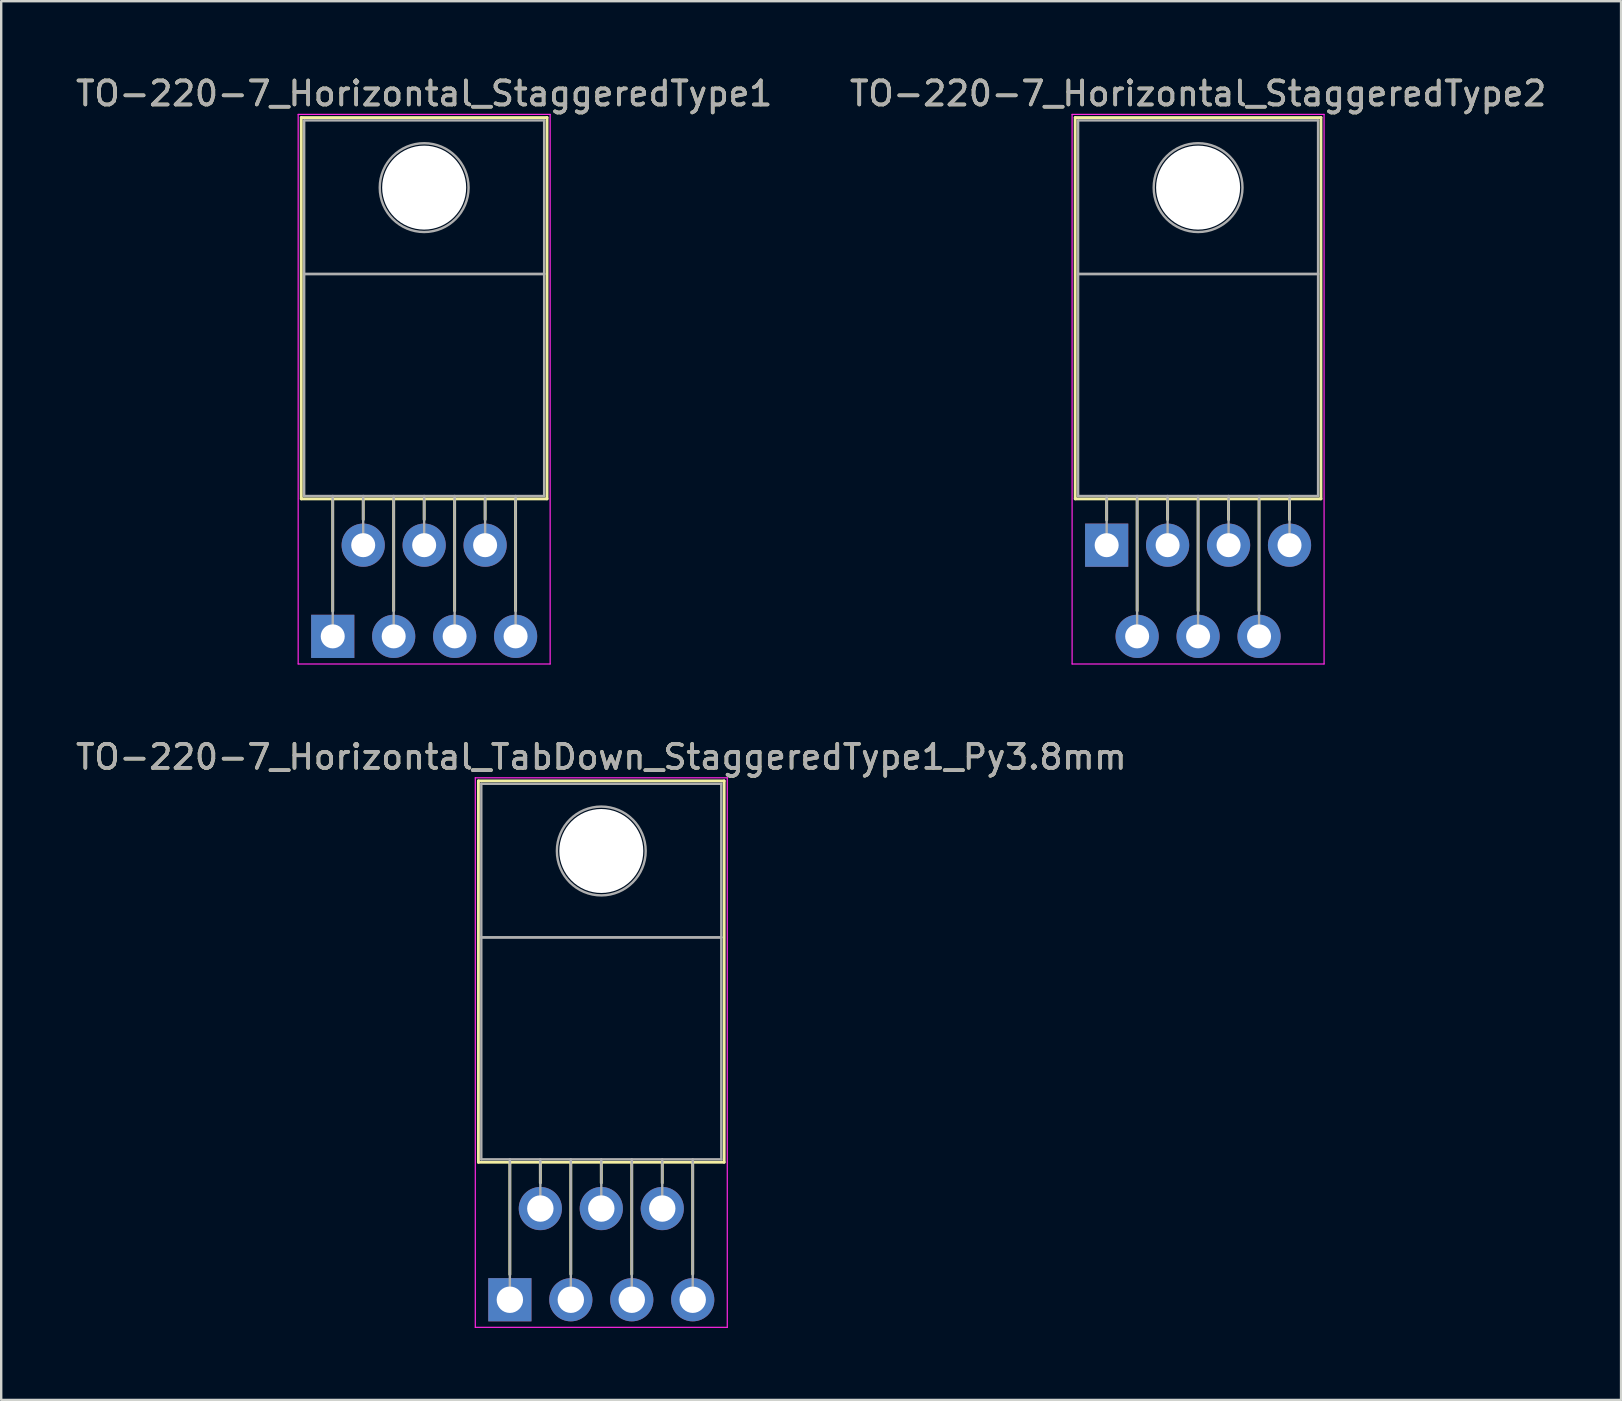
<source format=kicad_pcb>
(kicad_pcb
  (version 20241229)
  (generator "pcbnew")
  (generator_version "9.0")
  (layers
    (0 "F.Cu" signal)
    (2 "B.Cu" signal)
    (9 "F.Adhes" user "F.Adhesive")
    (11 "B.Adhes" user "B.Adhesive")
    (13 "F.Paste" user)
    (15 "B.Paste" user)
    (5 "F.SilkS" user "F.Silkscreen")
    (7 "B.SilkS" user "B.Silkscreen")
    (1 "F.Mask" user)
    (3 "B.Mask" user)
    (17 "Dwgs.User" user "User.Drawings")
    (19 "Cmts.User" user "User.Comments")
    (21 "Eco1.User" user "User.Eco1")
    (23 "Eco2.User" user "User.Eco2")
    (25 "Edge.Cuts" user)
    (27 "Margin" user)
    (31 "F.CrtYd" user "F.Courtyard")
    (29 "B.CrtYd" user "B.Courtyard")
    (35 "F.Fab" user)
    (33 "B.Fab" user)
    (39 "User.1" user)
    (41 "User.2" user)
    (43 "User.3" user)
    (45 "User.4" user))
  (footprint "TO-220-7_Horizontal_StaggeredType1"
    (layer "F.Cu")
    (at 10.815 23.468)
    (property "Reference" "TO-220-7_Horizontal_StaggeredType1" (at 3.81 -22.62 0) (layer "F.SilkS") (effects (font (size 1 1) (thickness 0.15))))
    (attr through_hole)
    (fp_line (start -1.31 -21.62) (end -1.31 -5.73) (stroke (width 0.12) (type solid)) (layer "F.SilkS"))
    (fp_line (start -1.31 -21.62) (end 8.93 -21.62) (stroke (width 0.12) (type solid)) (layer "F.SilkS"))
    (fp_line (start -1.31 -5.73) (end 8.93 -5.73) (stroke (width 0.12) (type solid)) (layer "F.SilkS"))
    (fp_line (start 0 -5.73) (end 0 -1.05) (stroke (width 0.12) (type solid)) (layer "F.SilkS"))
    (fp_line (start 1.27 -5.73) (end 1.27 -4.866) (stroke (width 0.12) (type solid)) (layer "F.SilkS"))
    (fp_line (start 2.54 -5.73) (end 2.54 -1.065) (stroke (width 0.12) (type solid)) (layer "F.SilkS"))
    (fp_line (start 3.81 -5.73) (end 3.81 -4.866) (stroke (width 0.12) (type solid)) (layer "F.SilkS"))
    (fp_line (start 5.08 -5.73) (end 5.08 -1.065) (stroke (width 0.12) (type solid)) (layer "F.SilkS"))
    (fp_line (start 6.35 -5.73) (end 6.35 -4.866) (stroke (width 0.12) (type solid)) (layer "F.SilkS"))
    (fp_line (start 7.62 -5.73) (end 7.62 -1.065) (stroke (width 0.12) (type solid)) (layer "F.SilkS"))
    (fp_line (start 8.93 -21.62) (end 8.93 -5.73) (stroke (width 0.12) (type solid)) (layer "F.SilkS"))
    (fp_line (start -1.44 -21.75) (end -1.44 1.15) (stroke (width 0.05) (type solid)) (layer "F.CrtYd"))
    (fp_line (start -1.44 1.15) (end 9.06 1.15) (stroke (width 0.05) (type solid)) (layer "F.CrtYd"))
    (fp_line (start 9.06 -21.75) (end -1.44 -21.75) (stroke (width 0.05) (type solid)) (layer "F.CrtYd"))
    (fp_line (start 9.06 1.15) (end 9.06 -21.75) (stroke (width 0.05) (type solid)) (layer "F.CrtYd"))
    (fp_line (start -1.19 -21.5) (end 8.81 -21.5) (stroke (width 0.1) (type solid)) (layer "F.Fab"))
    (fp_line (start -1.19 -15.1) (end -1.19 -21.5) (stroke (width 0.1) (type solid)) (layer "F.Fab"))
    (fp_line (start -1.19 -15.1) (end 8.81 -15.1) (stroke (width 0.1) (type solid)) (layer "F.Fab"))
    (fp_line (start -1.19 -5.85) (end -1.19 -15.1) (stroke (width 0.1) (type solid)) (layer "F.Fab"))
    (fp_line (start 0 -5.85) (end 0 0) (stroke (width 0.1) (type solid)) (layer "F.Fab"))
    (fp_line (start 1.27 -5.85) (end 1.27 -3.8) (stroke (width 0.1) (type solid)) (layer "F.Fab"))
    (fp_line (start 2.54 -5.85) (end 2.54 0) (stroke (width 0.1) (type solid)) (layer "F.Fab"))
    (fp_line (start 3.81 -5.85) (end 3.81 -3.8) (stroke (width 0.1) (type solid)) (layer "F.Fab"))
    (fp_line (start 5.08 -5.85) (end 5.08 0) (stroke (width 0.1) (type solid)) (layer "F.Fab"))
    (fp_line (start 6.35 -5.85) (end 6.35 -3.8) (stroke (width 0.1) (type solid)) (layer "F.Fab"))
    (fp_line (start 7.62 -5.85) (end 7.62 0) (stroke (width 0.1) (type solid)) (layer "F.Fab"))
    (fp_line (start 8.81 -21.5) (end 8.81 -15.1) (stroke (width 0.1) (type solid)) (layer "F.Fab"))
    (fp_line (start 8.81 -15.1) (end -1.19 -15.1) (stroke (width 0.1) (type solid)) (layer "F.Fab"))
    (fp_line (start 8.81 -15.1) (end 8.81 -5.85) (stroke (width 0.1) (type solid)) (layer "F.Fab"))
    (fp_line (start 8.81 -5.85) (end -1.19 -5.85) (stroke (width 0.1) (type solid)) (layer "F.Fab"))
    (fp_circle (center 3.81 -18.7) (end 5.66 -18.7) (stroke (width 0.1) (type solid)) (fill no) (layer "F.Fab"))
    (fp_text user "${REFERENCE}" (at 3.81 -22.62 0) (layer "F.Fab") (effects (font (size 1 1) (thickness 0.15))))
    (pad "" np_thru_hole oval (at 3.81 -18.7) (size 3.5 3.5) (drill 3.5) (layers "*.Cu" "*.Mask"))
    (pad "1" thru_hole rect (at 0 0) (size 1.8 1.8) (drill 1) (layers "*.Cu" "*.Mask"))
    (pad "2" thru_hole oval (at 1.27 -3.8) (size 1.8 1.8) (drill 1) (layers "*.Cu" "*.Mask"))
    (pad "3" thru_hole oval (at 2.54 0) (size 1.8 1.8) (drill 1) (layers "*.Cu" "*.Mask"))
    (pad "4" thru_hole oval (at 3.81 -3.8) (size 1.8 1.8) (drill 1) (layers "*.Cu" "*.Mask"))
    (pad "5" thru_hole oval (at 5.08 0) (size 1.8 1.8) (drill 1) (layers "*.Cu" "*.Mask"))
    (pad "6" thru_hole oval (at 6.35 -3.8) (size 1.8 1.8) (drill 1) (layers "*.Cu" "*.Mask"))
    (pad "7" thru_hole oval (at 7.62 0) (size 1.8 1.8) (drill 1) (layers "*.Cu" "*.Mask")))
  (footprint "TO-220-7_Horizontal_TabDown_StaggeredType1_Py3.8mm"
    (layer "F.Cu")
    (at 18.196 51.111)
    (property "Reference" "TO-220-7_Horizontal_TabDown_StaggeredType1_Py3.8mm" (at 3.81 -22.62 0) (layer "F.SilkS") (effects (font (size 1 1) (thickness 0.15))))
    (attr through_hole)
    (fp_line (start -1.31 -21.62) (end -1.31 -5.73) (stroke (width 0.12) (type solid)) (layer "F.SilkS"))
    (fp_line (start -1.31 -21.62) (end 8.93 -21.62) (stroke (width 0.12) (type solid)) (layer "F.SilkS"))
    (fp_line (start -1.31 -5.73) (end 8.93 -5.73) (stroke (width 0.12) (type solid)) (layer "F.SilkS"))
    (fp_line (start 0 -5.73) (end 0 -1.05) (stroke (width 0.12) (type solid)) (layer "F.SilkS"))
    (fp_line (start 1.27 -5.73) (end 1.27 -4.866) (stroke (width 0.12) (type solid)) (layer "F.SilkS"))
    (fp_line (start 2.54 -5.73) (end 2.54 -1.065) (stroke (width 0.12) (type solid)) (layer "F.SilkS"))
    (fp_line (start 3.81 -5.73) (end 3.81 -4.866) (stroke (width 0.12) (type solid)) (layer "F.SilkS"))
    (fp_line (start 5.08 -5.73) (end 5.08 -1.065) (stroke (width 0.12) (type solid)) (layer "F.SilkS"))
    (fp_line (start 6.35 -5.73) (end 6.35 -4.866) (stroke (width 0.12) (type solid)) (layer "F.SilkS"))
    (fp_line (start 7.62 -5.73) (end 7.62 -1.065) (stroke (width 0.12) (type solid)) (layer "F.SilkS"))
    (fp_line (start 8.93 -21.62) (end 8.93 -5.73) (stroke (width 0.12) (type solid)) (layer "F.SilkS"))
    (fp_line (start -1.44 -21.75) (end -1.44 1.15) (stroke (width 0.05) (type solid)) (layer "F.CrtYd"))
    (fp_line (start -1.44 1.15) (end 9.06 1.15) (stroke (width 0.05) (type solid)) (layer "F.CrtYd"))
    (fp_line (start 9.06 -21.75) (end -1.44 -21.75) (stroke (width 0.05) (type solid)) (layer "F.CrtYd"))
    (fp_line (start 9.06 1.15) (end 9.06 -21.75) (stroke (width 0.05) (type solid)) (layer "F.CrtYd"))
    (fp_line (start -1.19 -21.5) (end 8.81 -21.5) (stroke (width 0.1) (type solid)) (layer "F.Fab"))
    (fp_line (start -1.19 -15.1) (end -1.19 -21.5) (stroke (width 0.1) (type solid)) (layer "F.Fab"))
    (fp_line (start -1.19 -15.1) (end 8.81 -15.1) (stroke (width 0.1) (type solid)) (layer "F.Fab"))
    (fp_line (start -1.19 -5.85) (end -1.19 -15.1) (stroke (width 0.1) (type solid)) (layer "F.Fab"))
    (fp_line (start 0 -5.85) (end 0 0) (stroke (width 0.1) (type solid)) (layer "F.Fab"))
    (fp_line (start 1.27 -5.85) (end 1.27 -3.8) (stroke (width 0.1) (type solid)) (layer "F.Fab"))
    (fp_line (start 2.54 -5.85) (end 2.54 0) (stroke (width 0.1) (type solid)) (layer "F.Fab"))
    (fp_line (start 3.81 -5.85) (end 3.81 -3.8) (stroke (width 0.1) (type solid)) (layer "F.Fab"))
    (fp_line (start 5.08 -5.85) (end 5.08 0) (stroke (width 0.1) (type solid)) (layer "F.Fab"))
    (fp_line (start 6.35 -5.85) (end 6.35 -3.8) (stroke (width 0.1) (type solid)) (layer "F.Fab"))
    (fp_line (start 7.62 -5.85) (end 7.62 0) (stroke (width 0.1) (type solid)) (layer "F.Fab"))
    (fp_line (start 8.81 -21.5) (end 8.81 -15.1) (stroke (width 0.1) (type solid)) (layer "F.Fab"))
    (fp_line (start 8.81 -15.1) (end -1.19 -15.1) (stroke (width 0.1) (type solid)) (layer "F.Fab"))
    (fp_line (start 8.81 -15.1) (end 8.81 -5.85) (stroke (width 0.1) (type solid)) (layer "F.Fab"))
    (fp_line (start 8.81 -5.85) (end -1.19 -5.85) (stroke (width 0.1) (type solid)) (layer "F.Fab"))
    (fp_circle (center 3.81 -18.7) (end 5.66 -18.7) (stroke (width 0.1) (type solid)) (fill no) (layer "F.Fab"))
    (fp_text user "${REFERENCE}" (at 3.81 -22.62 0) (layer "F.Fab") (effects (font (size 1 1) (thickness 0.15))))
    (pad "" np_thru_hole oval (at 3.81 -18.7) (size 3.5 3.5) (drill 3.5) (layers "*.Cu" "*.Mask"))
    (pad "1" thru_hole rect (at 0 0) (size 1.8 1.8) (drill 1.1) (layers "*.Cu" "*.Mask"))
    (pad "2" thru_hole oval (at 1.27 -3.8) (size 1.8 1.8) (drill 1.1) (layers "*.Cu" "*.Mask"))
    (pad "3" thru_hole oval (at 2.54 0) (size 1.8 1.8) (drill 1.1) (layers "*.Cu" "*.Mask"))
    (pad "4" thru_hole oval (at 3.81 -3.8) (size 1.8 1.8) (drill 1.1) (layers "*.Cu" "*.Mask"))
    (pad "5" thru_hole oval (at 5.08 0) (size 1.8 1.8) (drill 1.1) (layers "*.Cu" "*.Mask"))
    (pad "6" thru_hole oval (at 6.35 -3.8) (size 1.8 1.8) (drill 1.1) (layers "*.Cu" "*.Mask"))
    (pad "7" thru_hole oval (at 7.62 0) (size 1.8 1.8) (drill 1.1) (layers "*.Cu" "*.Mask")))
  (footprint "TO-220-7_Horizontal_StaggeredType2"
    (layer "F.Cu")
    (at 43.065 19.668)
    (property "Reference" "TO-220-7_Horizontal_StaggeredType2" (at 3.81 -18.82 0) (layer "F.SilkS") (effects (font (size 1 1) (thickness 0.15))))
    (attr through_hole)
    (fp_line (start -1.31 -17.82) (end -1.31 -1.93) (stroke (width 0.12) (type solid)) (layer "F.SilkS"))
    (fp_line (start -1.31 -17.82) (end 8.93 -17.82) (stroke (width 0.12) (type solid)) (layer "F.SilkS"))
    (fp_line (start -1.31 -1.93) (end 8.93 -1.93) (stroke (width 0.12) (type solid)) (layer "F.SilkS"))
    (fp_line (start 0 -1.93) (end 0 -1.05) (stroke (width 0.12) (type solid)) (layer "F.SilkS"))
    (fp_line (start 1.27 -1.93) (end 1.27 2.735) (stroke (width 0.12) (type solid)) (layer "F.SilkS"))
    (fp_line (start 2.54 -1.93) (end 2.54 -1.066) (stroke (width 0.12) (type solid)) (layer "F.SilkS"))
    (fp_line (start 3.81 -1.93) (end 3.81 2.735) (stroke (width 0.12) (type solid)) (layer "F.SilkS"))
    (fp_line (start 5.08 -1.93) (end 5.08 -1.066) (stroke (width 0.12) (type solid)) (layer "F.SilkS"))
    (fp_line (start 6.35 -1.93) (end 6.35 2.735) (stroke (width 0.12) (type solid)) (layer "F.SilkS"))
    (fp_line (start 7.62 -1.93) (end 7.62 -1.066) (stroke (width 0.12) (type solid)) (layer "F.SilkS"))
    (fp_line (start 8.93 -17.82) (end 8.93 -1.93) (stroke (width 0.12) (type solid)) (layer "F.SilkS"))
    (fp_line (start -1.44 -17.95) (end -1.44 4.95) (stroke (width 0.05) (type solid)) (layer "F.CrtYd"))
    (fp_line (start -1.44 4.95) (end 9.06 4.95) (stroke (width 0.05) (type solid)) (layer "F.CrtYd"))
    (fp_line (start 9.06 -17.95) (end -1.44 -17.95) (stroke (width 0.05) (type solid)) (layer "F.CrtYd"))
    (fp_line (start 9.06 4.95) (end 9.06 -17.95) (stroke (width 0.05) (type solid)) (layer "F.CrtYd"))
    (fp_line (start -1.19 -17.7) (end 8.81 -17.7) (stroke (width 0.1) (type solid)) (layer "F.Fab"))
    (fp_line (start -1.19 -11.3) (end -1.19 -17.7) (stroke (width 0.1) (type solid)) (layer "F.Fab"))
    (fp_line (start -1.19 -11.3) (end 8.81 -11.3) (stroke (width 0.1) (type solid)) (layer "F.Fab"))
    (fp_line (start -1.19 -2.05) (end -1.19 -11.3) (stroke (width 0.1) (type solid)) (layer "F.Fab"))
    (fp_line (start 0 -2.05) (end 0 0) (stroke (width 0.1) (type solid)) (layer "F.Fab"))
    (fp_line (start 1.27 -2.05) (end 1.27 3.8) (stroke (width 0.1) (type solid)) (layer "F.Fab"))
    (fp_line (start 2.54 -2.05) (end 2.54 0) (stroke (width 0.1) (type solid)) (layer "F.Fab"))
    (fp_line (start 3.81 -2.05) (end 3.81 3.8) (stroke (width 0.1) (type solid)) (layer "F.Fab"))
    (fp_line (start 5.08 -2.05) (end 5.08 0) (stroke (width 0.1) (type solid)) (layer "F.Fab"))
    (fp_line (start 6.35 -2.05) (end 6.35 3.8) (stroke (width 0.1) (type solid)) (layer "F.Fab"))
    (fp_line (start 7.62 -2.05) (end 7.62 0) (stroke (width 0.1) (type solid)) (layer "F.Fab"))
    (fp_line (start 8.81 -17.7) (end 8.81 -11.3) (stroke (width 0.1) (type solid)) (layer "F.Fab"))
    (fp_line (start 8.81 -11.3) (end -1.19 -11.3) (stroke (width 0.1) (type solid)) (layer "F.Fab"))
    (fp_line (start 8.81 -11.3) (end 8.81 -2.05) (stroke (width 0.1) (type solid)) (layer "F.Fab"))
    (fp_line (start 8.81 -2.05) (end -1.19 -2.05) (stroke (width 0.1) (type solid)) (layer "F.Fab"))
    (fp_circle (center 3.81 -14.9) (end 5.66 -14.9) (stroke (width 0.1) (type solid)) (fill no) (layer "F.Fab"))
    (fp_text user "${REFERENCE}" (at 3.81 -18.82 0) (layer "F.Fab") (effects (font (size 1 1) (thickness 0.15))))
    (pad "" np_thru_hole oval (at 3.81 -14.9) (size 3.5 3.5) (drill 3.5) (layers "*.Cu" "*.Mask"))
    (pad "1" thru_hole rect (at 0 0) (size 1.8 1.8) (drill 1) (layers "*.Cu" "*.Mask"))
    (pad "2" thru_hole oval (at 1.27 3.8) (size 1.8 1.8) (drill 1) (layers "*.Cu" "*.Mask"))
    (pad "3" thru_hole oval (at 2.54 0) (size 1.8 1.8) (drill 1) (layers "*.Cu" "*.Mask"))
    (pad "4" thru_hole oval (at 3.81 3.8) (size 1.8 1.8) (drill 1) (layers "*.Cu" "*.Mask"))
    (pad "5" thru_hole oval (at 5.08 0) (size 1.8 1.8) (drill 1) (layers "*.Cu" "*.Mask"))
    (pad "6" thru_hole oval (at 6.35 3.8) (size 1.8 1.8) (drill 1) (layers "*.Cu" "*.Mask"))
    (pad "7" thru_hole oval (at 7.62 0) (size 1.8 1.8) (drill 1) (layers "*.Cu" "*.Mask")))
  (gr_rect
    (start -3 -3)
    (end 64.5 55.286)
    (stroke (width 0.1) (type default))
    (fill no)
    (layer "Edge.Cuts")))
</source>
